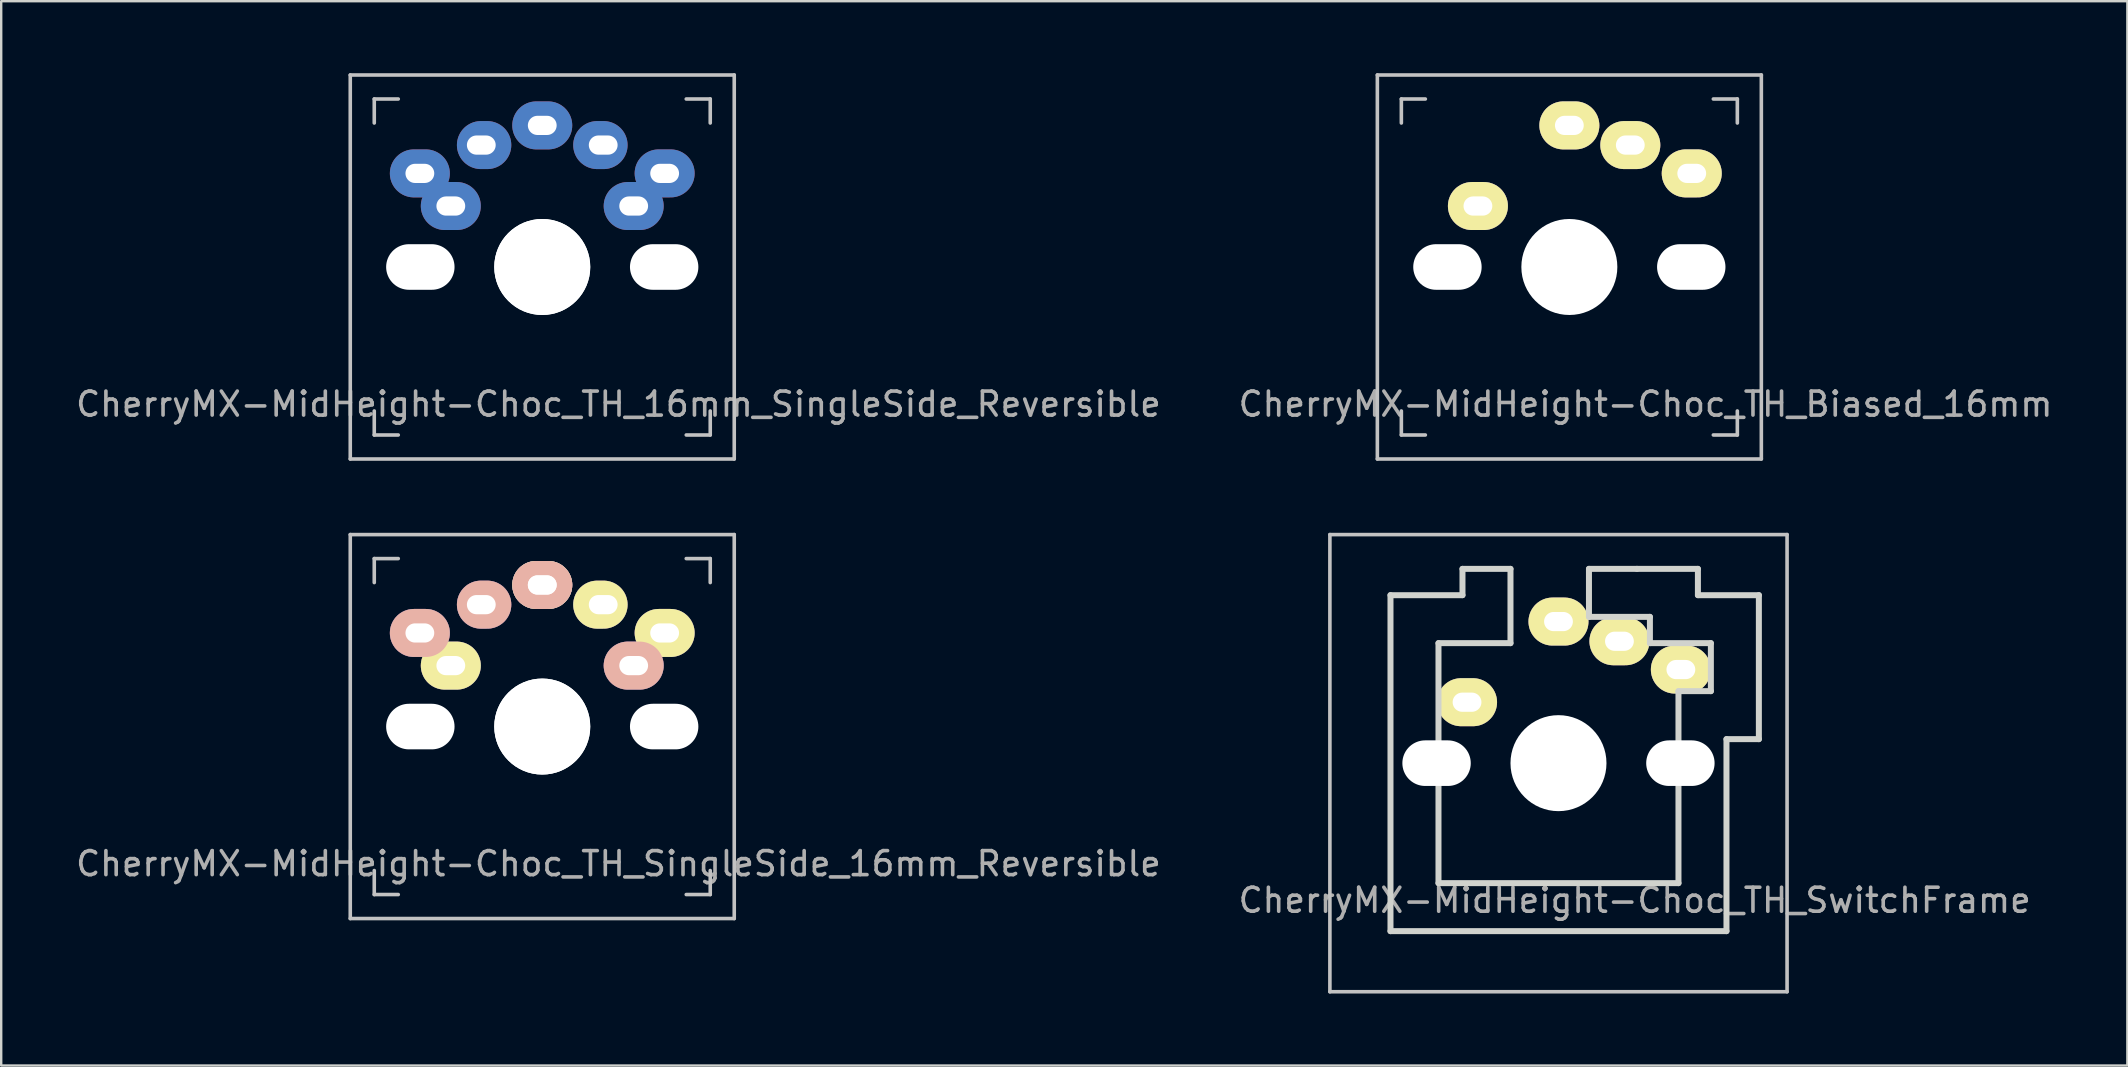
<source format=kicad_pcb>
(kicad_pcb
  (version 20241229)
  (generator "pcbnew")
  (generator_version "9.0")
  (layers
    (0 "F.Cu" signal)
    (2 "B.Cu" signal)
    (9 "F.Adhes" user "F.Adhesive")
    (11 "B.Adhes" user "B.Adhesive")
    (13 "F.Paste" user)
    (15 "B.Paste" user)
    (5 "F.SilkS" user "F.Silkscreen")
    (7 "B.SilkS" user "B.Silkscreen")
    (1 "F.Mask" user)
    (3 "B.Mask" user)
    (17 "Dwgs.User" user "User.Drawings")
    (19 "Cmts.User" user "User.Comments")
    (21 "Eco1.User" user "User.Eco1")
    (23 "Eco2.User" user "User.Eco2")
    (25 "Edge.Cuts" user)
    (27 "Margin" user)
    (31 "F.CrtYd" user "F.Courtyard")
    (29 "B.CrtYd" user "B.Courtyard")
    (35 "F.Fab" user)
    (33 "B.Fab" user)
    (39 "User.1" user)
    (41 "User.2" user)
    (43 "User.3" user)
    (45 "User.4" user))
  (footprint "CherryMX-MidHeight-Choc_TH_16mm_SingleSide_Reversible"
    (layer "F.Cu")
    (at 19.545 8.075)
    (property "Reference" "CherryMX-MidHeight-Choc_TH_16mm_SingleSide_Reversible" (at 3.175 5.715 0) (layer "F.Fab") (effects (font (size 1 1) (thickness 0.15))))
    (attr through_hole)
    (fp_line (start -8 -8) (end 8 -8) (stroke (width 0.15) (type solid)) (layer "Dwgs.User"))
    (fp_line (start -8 8) (end -8 -8) (stroke (width 0.15) (type solid)) (layer "Dwgs.User"))
    (fp_line (start -7 -7) (end -7 -6) (stroke (width 0.15) (type solid)) (layer "Dwgs.User"))
    (fp_line (start -7 6) (end -7 7) (stroke (width 0.15) (type solid)) (layer "Dwgs.User"))
    (fp_line (start -7 7) (end -6 7) (stroke (width 0.15) (type solid)) (layer "Dwgs.User"))
    (fp_line (start -6 -7) (end -7 -7) (stroke (width 0.15) (type solid)) (layer "Dwgs.User"))
    (fp_line (start 6 7) (end 7 7) (stroke (width 0.15) (type solid)) (layer "Dwgs.User"))
    (fp_line (start 7 -7) (end 6 -7) (stroke (width 0.15) (type solid)) (layer "Dwgs.User"))
    (fp_line (start 7 -6) (end 7 -7) (stroke (width 0.15) (type solid)) (layer "Dwgs.User"))
    (fp_line (start 7 7) (end 7 6) (stroke (width 0.15) (type solid)) (layer "Dwgs.User"))
    (fp_line (start 8 -8) (end 8 8) (stroke (width 0.15) (type solid)) (layer "Dwgs.User"))
    (fp_line (start 8 8) (end -8 8) (stroke (width 0.15) (type solid)) (layer "Dwgs.User"))
    (pad "" np_thru_hole oval (at -5.08 0) (size 2.85 1.9) (drill oval 2.85 1.9) (layers "*.Cu" "*.Mask"))
    (pad "" np_thru_hole circle (at 0 0 90) (size 4 4) (drill 4) (layers "*.Cu" "*.Mask"))
    (pad "" np_thru_hole circle (at 0 0 270) (size 4 4) (drill 4) (layers "*.Cu" "*.Mask"))
    (pad "" np_thru_hole oval (at 5.08 0 180) (size 2.85 1.9) (drill oval 2.85 1.9) (layers "*.Cu" "*.Mask"))
    (pad "1" thru_hole oval (at -5.1 -3.9 180) (size 2.5 2) (drill oval 1.2 0.8) (layers "*.Cu" "F.Mask"))
    (pad "1" thru_hole oval (at -3.81 -2.54) (size 2.5 2) (drill oval 1.2 0.8) (layers "*.Cu" "B.Mask"))
    (pad "1" thru_hole oval (at 3.81 -2.54) (size 2.5 2) (drill oval 1.2 0.8) (layers "*.Cu" "F.Mask"))
    (pad "1" thru_hole oval (at 5.1 -3.9 180) (size 2.5 2) (drill oval 1.2 0.8) (layers "*.Cu" "B.Mask"))
    (pad "2" thru_hole oval (at -2.54 -5.08) (size 2.266 2) (drill oval 1.2 0.8 (offset 0.117 0)) (layers "*.Cu" "F.Mask"))
    (pad "2" thru_hole oval (at 0 -5.9 180) (size 2.5 2) (drill oval 1.2 0.8) (layers "*.Cu" "*.Mask"))
    (pad "2" thru_hole oval (at 2.54 -5.08) (size 2.266 2) (drill oval 1.2 0.8 (offset -0.117 0)) (layers "*.Cu" "B.Mask")))
  (footprint "CherryMX-MidHeight-Choc_TH_Biased_16mm"
    (layer "F.Cu")
    (at 62.343 8.075)
    (property "Reference" "CherryMX-MidHeight-Choc_TH_Biased_16mm" (at 3.175 5.715 0) (layer "F.Fab") (effects (font (size 1 1) (thickness 0.15))))
    (attr through_hole)
    (fp_line (start -8 -8) (end 8 -8) (stroke (width 0.15) (type solid)) (layer "Dwgs.User"))
    (fp_line (start -8 8) (end -8 -8) (stroke (width 0.15) (type solid)) (layer "Dwgs.User"))
    (fp_line (start -7 -7) (end -7 -6) (stroke (width 0.15) (type solid)) (layer "Dwgs.User"))
    (fp_line (start -7 6) (end -7 7) (stroke (width 0.15) (type solid)) (layer "Dwgs.User"))
    (fp_line (start -7 7) (end -6 7) (stroke (width 0.15) (type solid)) (layer "Dwgs.User"))
    (fp_line (start -6 -7) (end -7 -7) (stroke (width 0.15) (type solid)) (layer "Dwgs.User"))
    (fp_line (start 6 7) (end 7 7) (stroke (width 0.15) (type solid)) (layer "Dwgs.User"))
    (fp_line (start 7 -7) (end 6 -7) (stroke (width 0.15) (type solid)) (layer "Dwgs.User"))
    (fp_line (start 7 -6) (end 7 -7) (stroke (width 0.15) (type solid)) (layer "Dwgs.User"))
    (fp_line (start 7 7) (end 7 6) (stroke (width 0.15) (type solid)) (layer "Dwgs.User"))
    (fp_line (start 8 -8) (end 8 8) (stroke (width 0.15) (type solid)) (layer "Dwgs.User"))
    (fp_line (start 8 8) (end -8 8) (stroke (width 0.15) (type solid)) (layer "Dwgs.User"))
    (pad "" np_thru_hole oval (at -5.08 0) (size 2.85 1.9) (drill oval 2.85 1.9) (layers "*.Cu" "*.Mask"))
    (pad "" np_thru_hole circle (at 0 0 90) (size 4 4) (drill 4) (layers "*.Cu" "*.Mask"))
    (pad "" np_thru_hole oval (at 5.08 0 180) (size 2.85 1.9) (drill oval 2.85 1.9) (layers "*.Cu" "*.Mask"))
    (pad "1" thru_hole oval (at -3.81 -2.54) (size 2.5 2) (drill oval 1.2 0.8) (layers "*.Cu" "B.Mask" "F.SilkS"))
    (pad "1" thru_hole oval (at 5.1 -3.9 180) (size 2.5 2) (drill oval 1.2 0.8) (layers "*.Cu" "B.Mask" "F.SilkS"))
    (pad "2" thru_hole oval (at 0 -5.9 180) (size 2.5 2) (drill oval 1.2 0.8) (layers "*.Cu" "B.Mask" "F.SilkS"))
    (pad "2" thru_hole oval (at 2.54 -5.08) (size 2.5 2) (drill oval 1.2 0.8) (layers "*.Cu" "B.Mask" "F.SilkS")))
  (footprint "CherryMX-MidHeight-Choc_TH_SwitchFrame"
    (layer "F.Cu")
    (at 61.89 28.75)
    (property "Reference" "CherryMX-MidHeight-Choc_TH_SwitchFrame" (at 3.175 5.715 0) (layer "F.Fab") (effects (font (size 1 1) (thickness 0.15))))
    (attr through_hole)
    (fp_line (start -9.525 -9.525) (end 9.525 -9.525) (stroke (width 0.15) (type solid)) (layer "Dwgs.User"))
    (fp_line (start -9.525 9.525) (end -9.525 -9.525) (stroke (width 0.15) (type solid)) (layer "Dwgs.User"))
    (fp_line (start 9.525 -9.525) (end 9.525 9.525) (stroke (width 0.15) (type solid)) (layer "Dwgs.User"))
    (fp_line (start 9.525 9.525) (end -9.525 9.525) (stroke (width 0.15) (type solid)) (layer "Dwgs.User"))
    (fp_line (start -7 -7) (end -7 7) (stroke (width 0.25) (type solid)) (layer "Edge.Cuts"))
    (fp_line (start -7 7) (end 7 7) (stroke (width 0.25) (type solid)) (layer "Edge.Cuts"))
    (fp_line (start -5 -5) (end -5 5) (stroke (width 0.25) (type solid)) (layer "Edge.Cuts"))
    (fp_line (start -5 5) (end 5 5) (stroke (width 0.25) (type solid)) (layer "Edge.Cuts"))
    (fp_line (start -4 -8.096) (end -2 -8.096) (stroke (width 0.25) (type solid)) (layer "Edge.Cuts"))
    (fp_line (start -4 -7) (end -7 -7) (stroke (width 0.25) (type solid)) (layer "Edge.Cuts"))
    (fp_line (start -4 -7) (end -4 -8.096) (stroke (width 0.25) (type solid)) (layer "Edge.Cuts"))
    (fp_line (start -2 -8.096) (end -2 -5) (stroke (width 0.25) (type solid)) (layer "Edge.Cuts"))
    (fp_line (start -2 -5) (end -5 -5) (stroke (width 0.25) (type solid)) (layer "Edge.Cuts"))
    (fp_line (start 1.27 -8.096) (end 1.27 -6.096) (stroke (width 0.25) (type solid)) (layer "Edge.Cuts"))
    (fp_line (start 3.27 -8.096) (end 1.27 -8.096) (stroke (width 0.25) (type solid)) (layer "Edge.Cuts"))
    (fp_line (start 3.81 -6.096) (end 1.27 -6.096) (stroke (width 0.25) (type solid)) (layer "Edge.Cuts"))
    (fp_line (start 3.81 -6.096) (end 3.81 -5) (stroke (width 0.25) (type solid)) (layer "Edge.Cuts"))
    (fp_line (start 5 5) (end 5 -3) (stroke (width 0.25) (type solid)) (layer "Edge.Cuts"))
    (fp_line (start 5.81 -8.096) (end 3.27 -8.096) (stroke (width 0.25) (type solid)) (layer "Edge.Cuts"))
    (fp_line (start 5.81 -7) (end 5.81 -8.096) (stroke (width 0.25) (type solid)) (layer "Edge.Cuts"))
    (fp_line (start 6.35 -5) (end 3.81 -5) (stroke (width 0.25) (type solid)) (layer "Edge.Cuts"))
    (fp_line (start 6.35 -5) (end 6.35 -3) (stroke (width 0.25) (type solid)) (layer "Edge.Cuts"))
    (fp_line (start 6.35 -3) (end 5 -3) (stroke (width 0.25) (type solid)) (layer "Edge.Cuts"))
    (fp_line (start 7 7) (end 7 -1) (stroke (width 0.25) (type solid)) (layer "Edge.Cuts"))
    (fp_line (start 8.35 -7) (end 5.81 -7) (stroke (width 0.25) (type solid)) (layer "Edge.Cuts"))
    (fp_line (start 8.35 -7) (end 8.35 -1) (stroke (width 0.25) (type solid)) (layer "Edge.Cuts"))
    (fp_line (start 8.35 -1) (end 7 -1) (stroke (width 0.25) (type solid)) (layer "Edge.Cuts"))
    (pad "" np_thru_hole oval (at -5.08 0) (size 2.85 1.9) (drill oval 2.85 1.9) (layers "*.Cu" "*.Mask"))
    (pad "" np_thru_hole circle (at 0 0 90) (size 4 4) (drill 4) (layers "*.Cu" "*.Mask"))
    (pad "" np_thru_hole oval (at 5.08 0 180) (size 2.85 1.9) (drill oval 2.85 1.9) (layers "*.Cu" "*.Mask"))
    (pad "1" thru_hole oval (at -3.81 -2.54) (size 2.5 2) (drill oval 1.2 0.8) (layers "*.Cu" "B.Mask" "F.SilkS"))
    (pad "1" thru_hole oval (at 5.1 -3.9 180) (size 2.5 2) (drill oval 1.2 0.8) (layers "*.Cu" "B.Mask" "F.SilkS"))
    (pad "2" thru_hole oval (at 0 -5.9 180) (size 2.5 2) (drill oval 1.2 0.8) (layers "*.Cu" "B.Mask" "F.SilkS"))
    (pad "2" thru_hole oval (at 2.54 -5.08) (size 2.5 2) (drill oval 1.2 0.8) (layers "*.Cu" "B.Mask" "F.SilkS")))
  (footprint "CherryMX-MidHeight-Choc_TH_SingleSide_16mm_Reversible"
    (layer "F.Cu")
    (at 19.545 27.225)
    (property "Reference" "CherryMX-MidHeight-Choc_TH_SingleSide_16mm_Reversible" (at 3.175 5.715 0) (layer "F.Fab") (effects (font (size 1 1) (thickness 0.15))))
    (attr through_hole)
    (fp_line (start -8 -8) (end 8 -8) (stroke (width 0.15) (type solid)) (layer "Dwgs.User"))
    (fp_line (start -8 8) (end -8 -8) (stroke (width 0.15) (type solid)) (layer "Dwgs.User"))
    (fp_line (start -7 -7) (end -7 -6) (stroke (width 0.15) (type solid)) (layer "Dwgs.User"))
    (fp_line (start -7 6) (end -7 7) (stroke (width 0.15) (type solid)) (layer "Dwgs.User"))
    (fp_line (start -7 7) (end -6 7) (stroke (width 0.15) (type solid)) (layer "Dwgs.User"))
    (fp_line (start -6 -7) (end -7 -7) (stroke (width 0.15) (type solid)) (layer "Dwgs.User"))
    (fp_line (start 6 7) (end 7 7) (stroke (width 0.15) (type solid)) (layer "Dwgs.User"))
    (fp_line (start 7 -7) (end 6 -7) (stroke (width 0.15) (type solid)) (layer "Dwgs.User"))
    (fp_line (start 7 -6) (end 7 -7) (stroke (width 0.15) (type solid)) (layer "Dwgs.User"))
    (fp_line (start 7 7) (end 7 6) (stroke (width 0.15) (type solid)) (layer "Dwgs.User"))
    (fp_line (start 8 -8) (end 8 8) (stroke (width 0.15) (type solid)) (layer "Dwgs.User"))
    (fp_line (start 8 8) (end -8 8) (stroke (width 0.15) (type solid)) (layer "Dwgs.User"))
    (pad "" np_thru_hole oval (at -5.08 0) (size 2.85 1.9) (drill oval 2.85 1.9) (layers "*.Cu" "*.Mask"))
    (pad "" np_thru_hole circle (at 0 0 270) (size 4 4) (drill 4) (layers "*.Cu" "*.Mask"))
    (pad "" np_thru_hole circle (at 0 0 90) (size 4 4) (drill 4) (layers "*.Cu" "*.Mask"))
    (pad "" np_thru_hole oval (at 5.08 0 180) (size 2.85 1.9) (drill oval 2.85 1.9) (layers "*.Cu" "*.Mask"))
    (pad "1" thru_hole oval (at -5.1 -3.9 180) (size 2.5 2) (drill oval 1.2 0.8) (layers "*.Cu" "F.Mask" "B.SilkS"))
    (pad "1" thru_hole oval (at -3.81 -2.54) (size 2.5 2) (drill oval 1.2 0.8) (layers "*.Cu" "B.Mask" "F.SilkS"))
    (pad "1" thru_hole oval (at 3.81 -2.54) (size 2.5 2) (drill oval 1.2 0.8) (layers "*.Cu" "F.Mask" "B.SilkS"))
    (pad "1" thru_hole oval (at 5.1 -3.9 180) (size 2.5 2) (drill oval 1.2 0.8) (layers "*.Cu" "B.Mask" "F.SilkS"))
    (pad "2" thru_hole oval (at -2.54 -5.08) (size 2.266 2) (drill oval 1.2 0.8 (offset 0.117 0)) (layers "*.Cu" "F.Mask" "B.SilkS"))
    (pad "2" thru_hole oval (at 0 -5.9 180) (size 2.5 2) (drill oval 1.2 0.8) (layers "*.Cu" "F.Mask" "B.SilkS"))
    (pad "2" thru_hole oval (at 0 -5.9 180) (size 2.5 2) (drill oval 1.2 0.8) (layers "*.Cu" "B.Mask" "F.SilkS"))
    (pad "2" thru_hole oval (at 2.54 -5.08) (size 2.266 2) (drill oval 1.2 0.8 (offset -0.117 0)) (layers "*.Cu" "B.Mask" "F.SilkS")))
  (gr_rect
    (start -3 -3)
    (end 85.595 41.35)
    (stroke (width 0.1) (type default))
    (fill no)
    (layer "Edge.Cuts")))
</source>
